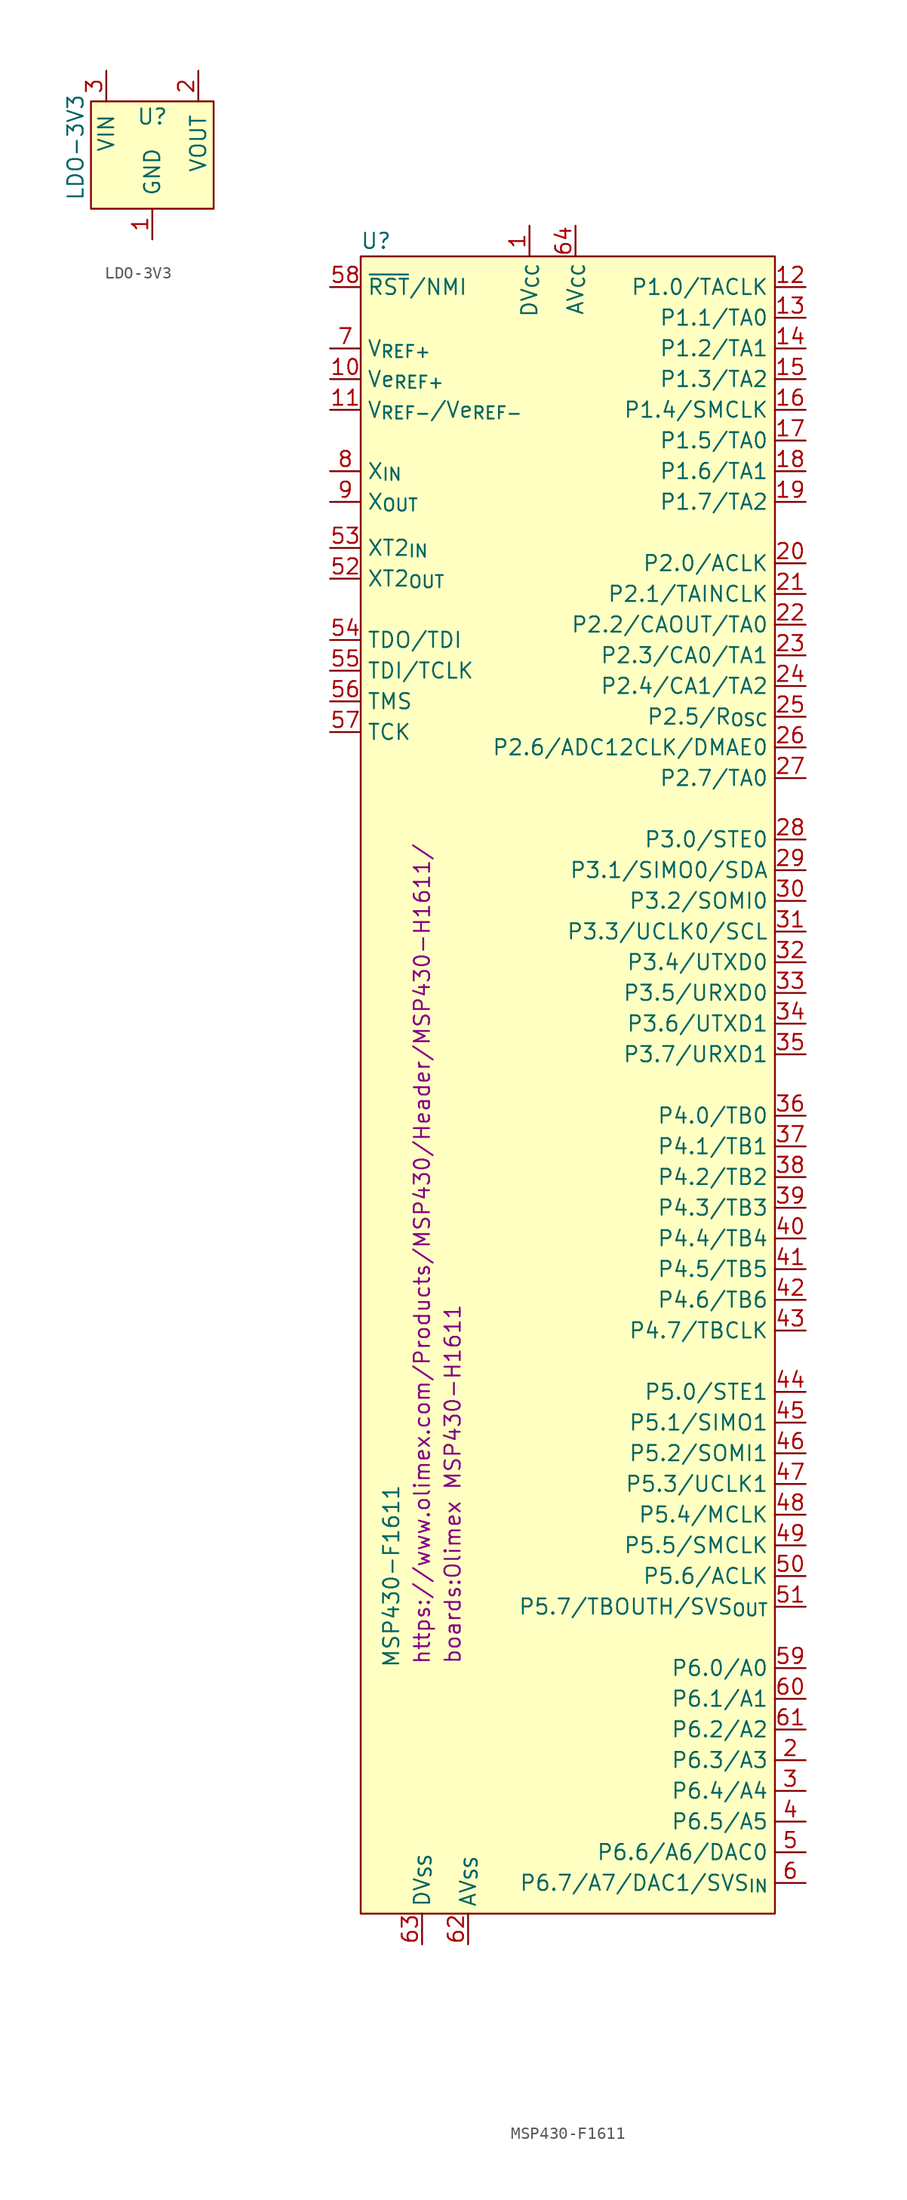
<source format=kicad_sym>
(kicad_symbol_lib
  (version 20220914)
  (generator kicad_symbol_editor)
  (symbol "LDO-3V3"
    (pin_names
      (offset 1.016))
    (property "Reference" "U"
      (at -6.35 1.27 0)
      (effects (font (size 1.27 1.27))))
    (property "Value" "LDO-3V3"
      (at -12.7 -1.27 90)
      (do_not_autoplace)
      (effects (font (size 1.27 1.27))))
    (symbol "LDO-3V3_0_1"
      (rectangle (start -11.43 2.54) (end -1.27 -6.35) (stroke (width 0) (type solid)) (fill (type background))))
    (symbol "LDO-3V3_1_1"
      (pin power_in line (at -6.35 -8.89 90) (length 2.54) (name "GND" (effects (font (size 1.27 1.27)))) (number "1" (effects (font (size 1.27 1.27)))))
      (pin power_out line (at -2.54 5.08 270) (length 2.54) (name "VOUT" (effects (font (size 1.27 1.27)))) (number "2" (effects (font (size 1.27 1.27)))))
      (pin power_in line (at -10.16 5.08 270) (length 2.54) (name "VIN" (effects (font (size 1.27 1.27)))) (number "3" (effects (font (size 1.27 1.27)))))))
  (symbol "MSP430-F1611"
    (property "Reference" "U"
      (at 1.27 1.27 0)
      (effects (font (size 1.27 1.27))))
    (property "Value" "MSP430-F1611"
      (at 2.54 -109.22 90)
      (do_not_autoplace)
      (effects (font (size 1.27 1.27))))
    (property "Footprint" "boards:Olimex MSP430-H1611"
      (at 7.62 -101.6 90)
      (do_not_autoplace)
      (effects (font (size 1.27 1.27))))
    (property "Datasheet" "https://www.olimex.com/Products/MSP430/Header/MSP430-H1611/"
      (at 5.08 -82.55 90)
      (do_not_autoplace)
      (effects (font (size 1.27 1.27))))
    (symbol "MSP430-F1611_1_1"
      (rectangle (start 0 0) (end 34.29 -137.16) (stroke (width 0) (type default)) (fill (type background)))
      (pin power_in line (at 13.97 2.54 270) (length 2.54) (name "DV_{CC}" (effects (font (size 1.27 1.27)))) (number "1" (effects (font (size 1.27 1.27)))))
      (pin unspecified line (at -2.54 -10.16 0) (length 2.54) (name "Ve_{REF+}" (effects (font (size 1.27 1.27)))) (number "10" (effects (font (size 1.27 1.27)))))
      (pin unspecified line (at -2.54 -12.7 0) (length 2.54) (name "V_{REF-}/Ve_{REF-}" (effects (font (size 1.27 1.27)))) (number "11" (effects (font (size 1.27 1.27)))))
      (pin bidirectional line (at 36.83 -2.54 180) (length 2.54) (name "P1.0/TACLK" (effects (font (size 1.27 1.27)))) (number "12" (effects (font (size 1.27 1.27)))))
      (pin bidirectional line (at 36.83 -5.08 180) (length 2.54) (name "P1.1/TA0" (effects (font (size 1.27 1.27)))) (number "13" (effects (font (size 1.27 1.27)))))
      (pin bidirectional line (at 36.83 -7.62 180) (length 2.54) (name "P1.2/TA1" (effects (font (size 1.27 1.27)))) (number "14" (effects (font (size 1.27 1.27)))))
      (pin bidirectional line (at 36.83 -10.16 180) (length 2.54) (name "P1.3/TA2" (effects (font (size 1.27 1.27)))) (number "15" (effects (font (size 1.27 1.27)))))
      (pin bidirectional line (at 36.83 -12.7 180) (length 2.54) (name "P1.4/SMCLK" (effects (font (size 1.27 1.27)))) (number "16" (effects (font (size 1.27 1.27)))))
      (pin bidirectional line (at 36.83 -15.24 180) (length 2.54) (name "P1.5/TA0" (effects (font (size 1.27 1.27)))) (number "17" (effects (font (size 1.27 1.27)))))
      (pin bidirectional line (at 36.83 -17.78 180) (length 2.54) (name "P1.6/TA1" (effects (font (size 1.27 1.27)))) (number "18" (effects (font (size 1.27 1.27)))))
      (pin bidirectional line (at 36.83 -20.32 180) (length 2.54) (name "P1.7/TA2" (effects (font (size 1.27 1.27)))) (number "19" (effects (font (size 1.27 1.27)))))
      (pin bidirectional line (at 36.83 -124.46 180) (length 2.54) (name "P6.3/A3" (effects (font (size 1.27 1.27)))) (number "2" (effects (font (size 1.27 1.27)))))
      (pin bidirectional line (at 36.83 -25.4 180) (length 2.54) (name "P2.0/ACLK" (effects (font (size 1.27 1.27)))) (number "20" (effects (font (size 1.27 1.27)))))
      (pin bidirectional line (at 36.83 -27.94 180) (length 2.54) (name "P2.1/TAINCLK" (effects (font (size 1.27 1.27)))) (number "21" (effects (font (size 1.27 1.27)))))
      (pin bidirectional line (at 36.83 -30.48 180) (length 2.54) (name "P2.2/CAOUT/TA0" (effects (font (size 1.27 1.27)))) (number "22" (effects (font (size 1.27 1.27)))))
      (pin bidirectional line (at 36.83 -33.02 180) (length 2.54) (name "P2.3/CA0/TA1" (effects (font (size 1.27 1.27)))) (number "23" (effects (font (size 1.27 1.27)))))
      (pin bidirectional line (at 36.83 -35.56 180) (length 2.54) (name "P2.4/CA1/TA2" (effects (font (size 1.27 1.27)))) (number "24" (effects (font (size 1.27 1.27)))))
      (pin bidirectional line (at 36.83 -38.1 180) (length 2.54) (name "P2.5/R_{OSC}" (effects (font (size 1.27 1.27)))) (number "25" (effects (font (size 1.27 1.27)))))
      (pin bidirectional line (at 36.83 -40.64 180) (length 2.54) (name "P2.6/ADC12CLK/DMAE0" (effects (font (size 1.27 1.27)))) (number "26" (effects (font (size 1.27 1.27)))))
      (pin bidirectional line (at 36.83 -43.18 180) (length 2.54) (name "P2.7/TA0" (effects (font (size 1.27 1.27)))) (number "27" (effects (font (size 1.27 1.27)))))
      (pin bidirectional line (at 36.83 -48.26 180) (length 2.54) (name "P3.0/STE0" (effects (font (size 1.27 1.27)))) (number "28" (effects (font (size 1.27 1.27)))))
      (pin bidirectional line (at 36.83 -50.8 180) (length 2.54) (name "P3.1/SIMO0/SDA" (effects (font (size 1.27 1.27)))) (number "29" (effects (font (size 1.27 1.27)))))
      (pin bidirectional line (at 36.83 -127 180) (length 2.54) (name "P6.4/A4" (effects (font (size 1.27 1.27)))) (number "3" (effects (font (size 1.27 1.27)))))
      (pin bidirectional line (at 36.83 -53.34 180) (length 2.54) (name "P3.2/SOMI0" (effects (font (size 1.27 1.27)))) (number "30" (effects (font (size 1.27 1.27)))))
      (pin bidirectional line (at 36.83 -55.88 180) (length 2.54) (name "P3.3/UCLK0/SCL" (effects (font (size 1.27 1.27)))) (number "31" (effects (font (size 1.27 1.27)))))
      (pin bidirectional line (at 36.83 -58.42 180) (length 2.54) (name "P3.4/UTXD0" (effects (font (size 1.27 1.27)))) (number "32" (effects (font (size 1.27 1.27)))))
      (pin bidirectional line (at 36.83 -60.96 180) (length 2.54) (name "P3.5/URXD0" (effects (font (size 1.27 1.27)))) (number "33" (effects (font (size 1.27 1.27)))))
      (pin bidirectional line (at 36.83 -63.5 180) (length 2.54) (name "P3.6/UTXD1" (effects (font (size 1.27 1.27)))) (number "34" (effects (font (size 1.27 1.27)))))
      (pin bidirectional line (at 36.83 -66.04 180) (length 2.54) (name "P3.7/URXD1" (effects (font (size 1.27 1.27)))) (number "35" (effects (font (size 1.27 1.27)))))
      (pin bidirectional line (at 36.83 -71.12 180) (length 2.54) (name "P4.0/TB0" (effects (font (size 1.27 1.27)))) (number "36" (effects (font (size 1.27 1.27)))))
      (pin bidirectional line (at 36.83 -73.66 180) (length 2.54) (name "P4.1/TB1" (effects (font (size 1.27 1.27)))) (number "37" (effects (font (size 1.27 1.27)))))
      (pin bidirectional line (at 36.83 -76.2 180) (length 2.54) (name "P4.2/TB2" (effects (font (size 1.27 1.27)))) (number "38" (effects (font (size 1.27 1.27)))))
      (pin bidirectional line (at 36.83 -78.74 180) (length 2.54) (name "P4.3/TB3" (effects (font (size 1.27 1.27)))) (number "39" (effects (font (size 1.27 1.27)))))
      (pin bidirectional line (at 36.83 -129.54 180) (length 2.54) (name "P6.5/A5" (effects (font (size 1.27 1.27)))) (number "4" (effects (font (size 1.27 1.27)))))
      (pin bidirectional line (at 36.83 -81.28 180) (length 2.54) (name "P4.4/TB4" (effects (font (size 1.27 1.27)))) (number "40" (effects (font (size 1.27 1.27)))))
      (pin bidirectional line (at 36.83 -83.82 180) (length 2.54) (name "P4.5/TB5" (effects (font (size 1.27 1.27)))) (number "41" (effects (font (size 1.27 1.27)))))
      (pin bidirectional line (at 36.83 -86.36 180) (length 2.54) (name "P4.6/TB6" (effects (font (size 1.27 1.27)))) (number "42" (effects (font (size 1.27 1.27)))))
      (pin bidirectional line (at 36.83 -88.9 180) (length 2.54) (name "P4.7/TBCLK" (effects (font (size 1.27 1.27)))) (number "43" (effects (font (size 1.27 1.27)))))
      (pin bidirectional line (at 36.83 -93.98 180) (length 2.54) (name "P5.0/STE1" (effects (font (size 1.27 1.27)))) (number "44" (effects (font (size 1.27 1.27)))))
      (pin bidirectional line (at 36.83 -96.52 180) (length 2.54) (name "P5.1/SIMO1" (effects (font (size 1.27 1.27)))) (number "45" (effects (font (size 1.27 1.27)))))
      (pin bidirectional line (at 36.83 -99.06 180) (length 2.54) (name "P5.2/SOMI1" (effects (font (size 1.27 1.27)))) (number "46" (effects (font (size 1.27 1.27)))))
      (pin bidirectional line (at 36.83 -101.6 180) (length 2.54) (name "P5.3/UCLK1" (effects (font (size 1.27 1.27)))) (number "47" (effects (font (size 1.27 1.27)))))
      (pin bidirectional line (at 36.83 -104.14 180) (length 2.54) (name "P5.4/MCLK" (effects (font (size 1.27 1.27)))) (number "48" (effects (font (size 1.27 1.27)))))
      (pin bidirectional line (at 36.83 -106.68 180) (length 2.54) (name "P5.5/SMCLK" (effects (font (size 1.27 1.27)))) (number "49" (effects (font (size 1.27 1.27)))))
      (pin bidirectional line (at 36.83 -132.08 180) (length 2.54) (name "P6.6/A6/DAC0" (effects (font (size 1.27 1.27)))) (number "5" (effects (font (size 1.27 1.27)))))
      (pin bidirectional line (at 36.83 -109.22 180) (length 2.54) (name "P5.6/ACLK" (effects (font (size 1.27 1.27)))) (number "50" (effects (font (size 1.27 1.27)))))
      (pin bidirectional line (at 36.83 -111.76 180) (length 2.54) (name "P5.7/TBOUTH/SVS_{OUT}" (effects (font (size 1.27 1.27)))) (number "51" (effects (font (size 1.27 1.27)))))
      (pin unspecified line (at -2.54 -26.67 0) (length 2.54) (name "XT2_{OUT}" (effects (font (size 1.27 1.27)))) (number "52" (effects (font (size 1.27 1.27)))))
      (pin unspecified line (at -2.54 -24.13 0) (length 2.54) (name "XT2_{IN}" (effects (font (size 1.27 1.27)))) (number "53" (effects (font (size 1.27 1.27)))))
      (pin unspecified line (at -2.54 -31.75 0) (length 2.54) (name "TDO/TDI" (effects (font (size 1.27 1.27)))) (number "54" (effects (font (size 1.27 1.27)))))
      (pin unspecified line (at -2.54 -34.29 0) (length 2.54) (name "TDI/TCLK" (effects (font (size 1.27 1.27)))) (number "55" (effects (font (size 1.27 1.27)))))
      (pin unspecified line (at -2.54 -36.83 0) (length 2.54) (name "TMS" (effects (font (size 1.27 1.27)))) (number "56" (effects (font (size 1.27 1.27)))))
      (pin unspecified line (at -2.54 -39.37 0) (length 2.54) (name "TCK" (effects (font (size 1.27 1.27)))) (number "57" (effects (font (size 1.27 1.27)))))
      (pin input line (at -2.54 -2.54 0) (length 2.54) (name "~{RST}/NMI" (effects (font (size 1.27 1.27)))) (number "58" (effects (font (size 1.27 1.27)))))
      (pin bidirectional line (at 36.83 -116.84 180) (length 2.54) (name "P6.0/A0" (effects (font (size 1.27 1.27)))) (number "59" (effects (font (size 1.27 1.27)))))
      (pin bidirectional line (at 36.83 -134.62 180) (length 2.54) (name "P6.7/A7/DAC1/SVS_{IN}" (effects (font (size 1.27 1.27)))) (number "6" (effects (font (size 1.27 1.27)))))
      (pin bidirectional line (at 36.83 -119.38 180) (length 2.54) (name "P6.1/A1" (effects (font (size 1.27 1.27)))) (number "60" (effects (font (size 1.27 1.27)))))
      (pin bidirectional line (at 36.83 -121.92 180) (length 2.54) (name "P6.2/A2" (effects (font (size 1.27 1.27)))) (number "61" (effects (font (size 1.27 1.27)))))
      (pin power_in line (at 8.89 -139.7 90) (length 2.54) (name "AV_{SS}" (effects (font (size 1.27 1.27)))) (number "62" (effects (font (size 1.27 1.27)))))
      (pin power_in line (at 5.08 -139.7 90) (length 2.54) (name "DV_{SS}" (effects (font (size 1.27 1.27)))) (number "63" (effects (font (size 1.27 1.27)))))
      (pin power_in line (at 17.78 2.54 270) (length 2.54) (name "AV_{CC}" (effects (font (size 1.27 1.27)))) (number "64" (effects (font (size 1.27 1.27)))))
      (pin input line (at -2.54 -7.62 0) (length 2.54) (name "V_{REF+}" (effects (font (size 1.27 1.27)))) (number "7" (effects (font (size 1.27 1.27)))))
      (pin bidirectional line (at -2.54 -17.78 0) (length 2.54) (name "X_{IN}" (effects (font (size 1.27 1.27)))) (number "8" (effects (font (size 1.27 1.27)))))
      (pin bidirectional line (at -2.54 -20.32 0) (length 2.54) (name "X_{OUT}" (effects (font (size 1.27 1.27)))) (number "9" (effects (font (size 1.27 1.27))))))))
</source>
